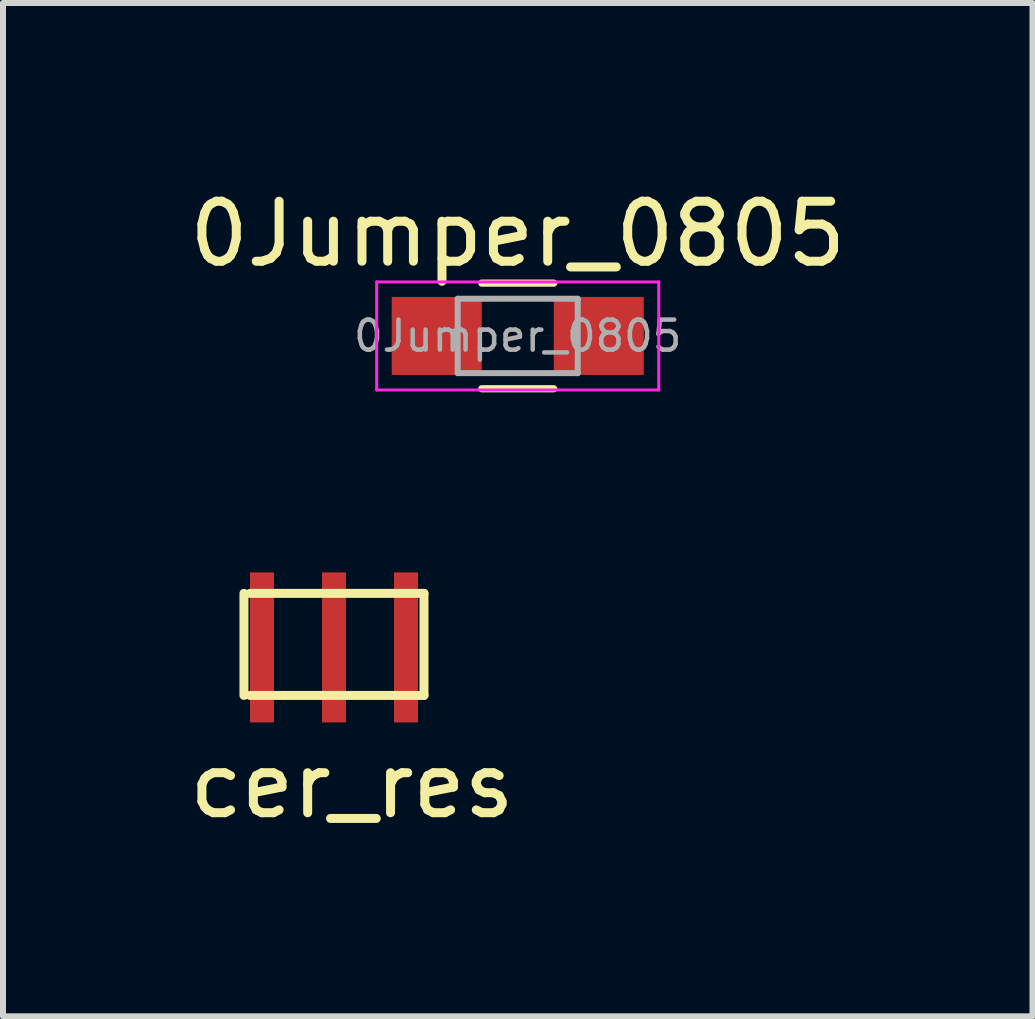
<source format=kicad_pcb>
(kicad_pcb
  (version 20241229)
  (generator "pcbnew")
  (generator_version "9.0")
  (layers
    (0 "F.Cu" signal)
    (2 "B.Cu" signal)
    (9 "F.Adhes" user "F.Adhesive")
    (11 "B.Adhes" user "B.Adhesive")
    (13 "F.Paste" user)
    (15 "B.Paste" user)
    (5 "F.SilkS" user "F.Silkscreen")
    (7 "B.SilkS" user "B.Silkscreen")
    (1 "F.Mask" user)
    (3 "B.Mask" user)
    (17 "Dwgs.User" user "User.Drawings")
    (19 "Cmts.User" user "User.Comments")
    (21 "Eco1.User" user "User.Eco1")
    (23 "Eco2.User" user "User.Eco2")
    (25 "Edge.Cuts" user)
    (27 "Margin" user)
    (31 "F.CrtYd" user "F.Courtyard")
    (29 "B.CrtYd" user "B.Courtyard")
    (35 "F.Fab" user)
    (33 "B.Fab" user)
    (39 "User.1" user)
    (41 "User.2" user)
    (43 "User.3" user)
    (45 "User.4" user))
  (footprint "0Jumper_0805"
    (layer "F.Cu")
    (at 5.577 2.548)
    (property "Reference" "0Jumper_0805" (at 0 -1.7 0) (layer "F.SilkS") (effects (font (size 1 1) (thickness 0.15))))
    (attr smd)
    (fp_line (start -0.75 0) (end 1 0) (stroke (width 0.001) (type solid)) (layer "F.Cu"))
    (fp_line (start -0.6 -0.88) (end 0.6 -0.88) (stroke (width 0.12) (type solid)) (layer "F.SilkS"))
    (fp_line (start 0.6 0.88) (end -0.6 0.88) (stroke (width 0.12) (type solid)) (layer "F.SilkS"))
    (fp_line (start -2.35 -0.9) (end -2.35 0.9) (stroke (width 0.05) (type solid)) (layer "F.CrtYd"))
    (fp_line (start -2.35 -0.9) (end 2.35 -0.9) (stroke (width 0.05) (type solid)) (layer "F.CrtYd"))
    (fp_line (start 2.35 0.9) (end -2.35 0.9) (stroke (width 0.05) (type solid)) (layer "F.CrtYd"))
    (fp_line (start 2.35 0.9) (end 2.35 -0.9) (stroke (width 0.05) (type solid)) (layer "F.CrtYd"))
    (fp_line (start -1 -0.62) (end 1 -0.62) (stroke (width 0.1) (type solid)) (layer "F.Fab"))
    (fp_line (start -1 0.62) (end -1 -0.62) (stroke (width 0.1) (type solid)) (layer "F.Fab"))
    (fp_line (start 1 -0.62) (end 1 0.62) (stroke (width 0.1) (type solid)) (layer "F.Fab"))
    (fp_line (start 1 0.62) (end -1 0.62) (stroke (width 0.1) (type solid)) (layer "F.Fab"))
    (fp_text user "${REFERENCE}" (at 0 0 0) (layer "F.Fab") (effects (font (size 0.5 0.5) (thickness 0.075))))
    (pad "1" smd rect (at -1.35 0) (size 1.5 1.3) (layers "F.Cu" "F.Mask" "F.Paste"))
    (pad "1" smd rect (at 1.35 0) (size 1.5 1.3) (layers "F.Cu" "F.Mask" "F.Paste")))
  (footprint "cer_res"
    (layer "F.Cu")
    (at 2.515 7.738)
    (property "Reference" "cer_res" (at 0.3 2.3 0) (layer "F.SilkS") (effects (font (size 1 1) (thickness 0.15))))
    (attr through_hole)
    (fp_line (start -1.5 -0.9) (end -1.5 0.8) (stroke (width 0.15) (type solid)) (layer "F.SilkS"))
    (fp_line (start -1.4 0.8) (end 1.5 0.8) (stroke (width 0.15) (type solid)) (layer "F.SilkS"))
    (fp_line (start 1.5 -0.9) (end -1.4 -0.9) (stroke (width 0.15) (type solid)) (layer "F.SilkS"))
    (fp_line (start 1.5 0.8) (end 1.5 -0.9) (stroke (width 0.15) (type solid)) (layer "F.SilkS"))
    (pad "1" smd rect (at -1.2 0) (size 0.4 2.5) (layers "F.Cu" "F.Mask" "F.Paste"))
    (pad "2" smd rect (at 1.2 0) (size 0.4 2.5) (layers "F.Cu" "F.Mask" "F.Paste"))
    (pad "3" smd rect (at 0 0) (size 0.4 2.5) (layers "F.Cu" "F.Mask" "F.Paste")))
  (gr_rect
    (start -3 -3)
    (end 14.155 13.886)
    (stroke (width 0.1) (type default))
    (fill no)
    (layer "Edge.Cuts")))
</source>
